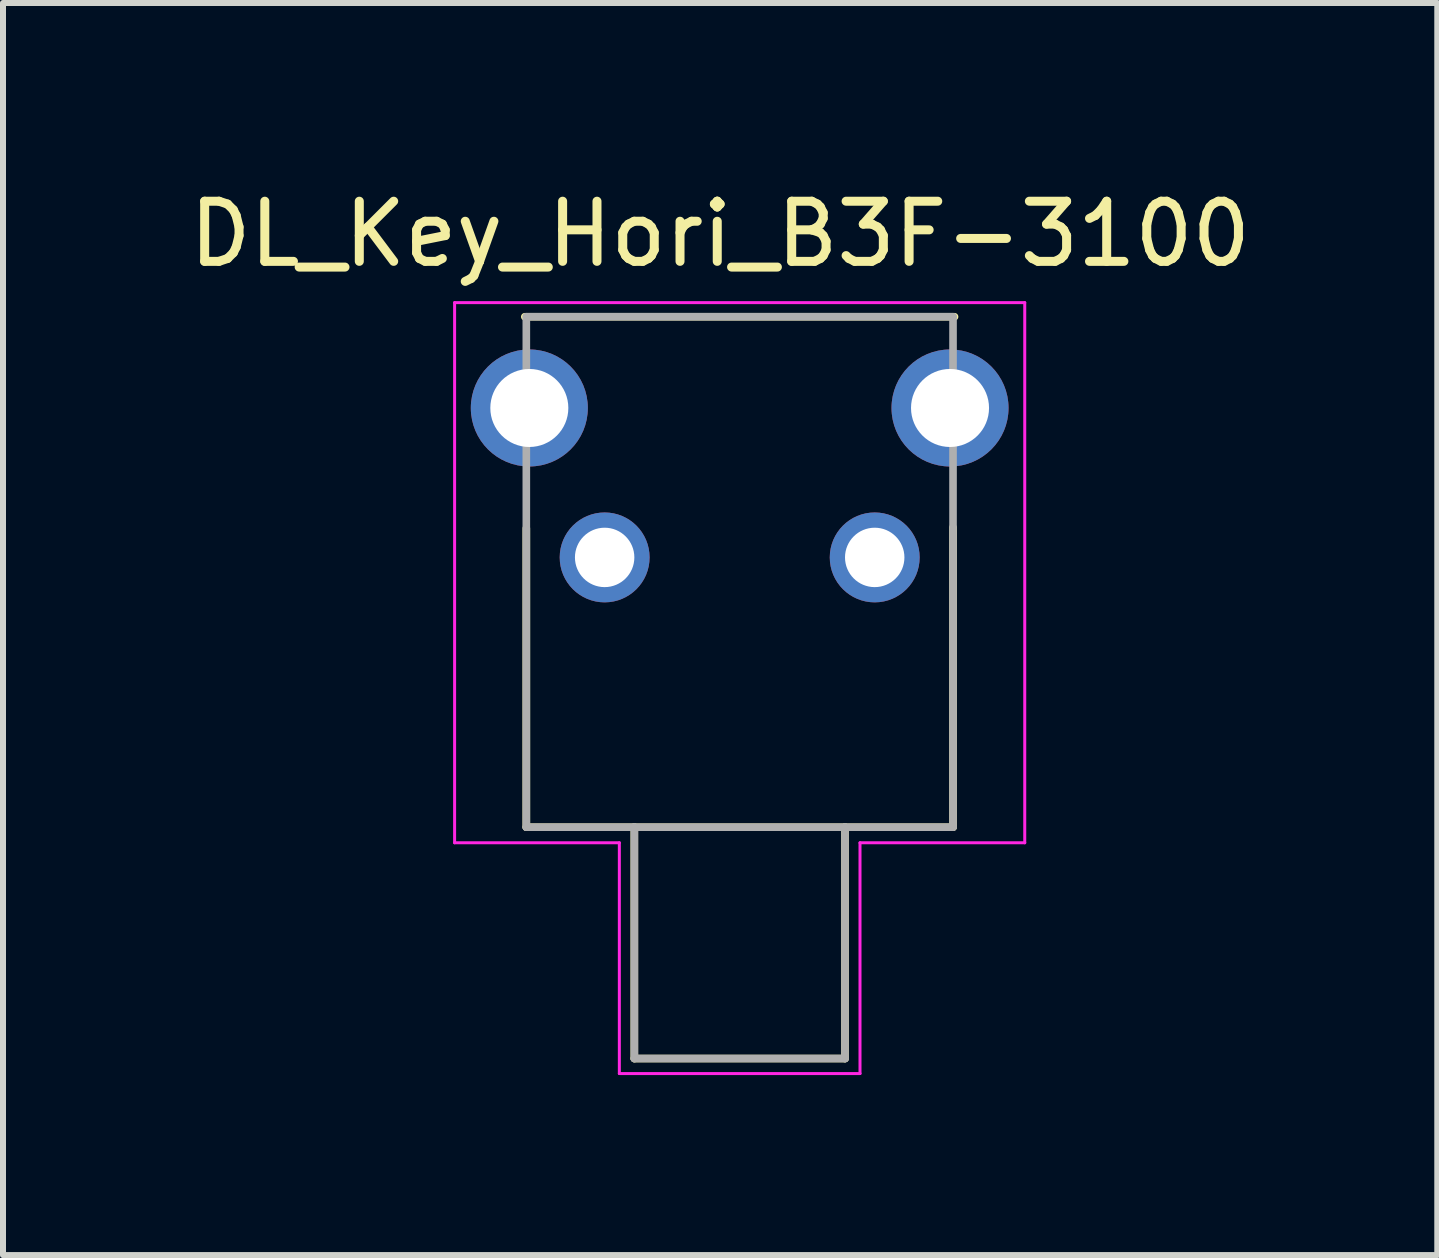
<source format=kicad_pcb>
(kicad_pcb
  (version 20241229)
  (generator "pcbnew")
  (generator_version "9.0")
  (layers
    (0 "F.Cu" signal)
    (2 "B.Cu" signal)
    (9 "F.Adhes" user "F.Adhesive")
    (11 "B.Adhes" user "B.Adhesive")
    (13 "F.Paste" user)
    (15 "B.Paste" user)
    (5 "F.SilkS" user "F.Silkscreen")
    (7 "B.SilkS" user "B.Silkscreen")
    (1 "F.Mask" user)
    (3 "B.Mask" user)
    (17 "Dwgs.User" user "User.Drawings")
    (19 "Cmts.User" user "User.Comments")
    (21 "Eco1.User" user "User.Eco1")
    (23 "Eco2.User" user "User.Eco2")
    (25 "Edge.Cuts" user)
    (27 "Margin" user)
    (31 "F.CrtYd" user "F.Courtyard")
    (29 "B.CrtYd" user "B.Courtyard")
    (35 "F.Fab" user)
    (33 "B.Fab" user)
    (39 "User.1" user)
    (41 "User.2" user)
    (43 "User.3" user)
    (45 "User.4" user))
  (footprint "DL_Key_Hori_B3F-3100"
    (layer "F.Cu")
    (at 9.275 6.238)
    (property "Reference" "DL_Key_Hori_B3F-3100" (at -0.326 -5.389 0) (layer "F.SilkS") (effects (font (size 1.002 1.002) (thickness 0.15))))
    (attr through_hole)
    (fp_line (start -3.58 -4.01) (end 3.58 -4.01) (stroke (width 0.127) (type solid)) (layer "F.SilkS"))
    (fp_line (start -3.555 4.495) (end -3.555 -0.485) (stroke (width 0.127) (type solid)) (layer "F.SilkS"))
    (fp_line (start -1.755 4.495) (end -3.555 4.495) (stroke (width 0.127) (type solid)) (layer "F.SilkS"))
    (fp_line (start -1.755 4.495) (end -1.755 8.35) (stroke (width 0.127) (type solid)) (layer "F.SilkS"))
    (fp_line (start -1.755 8.35) (end 1.755 8.35) (stroke (width 0.127) (type solid)) (layer "F.SilkS"))
    (fp_line (start 1.755 4.495) (end -1.755 4.495) (stroke (width 0.127) (type solid)) (layer "F.SilkS"))
    (fp_line (start 1.755 8.35) (end 1.755 4.495) (stroke (width 0.127) (type solid)) (layer "F.SilkS"))
    (fp_line (start 3.555 -0.5) (end 3.555 4.495) (stroke (width 0.127) (type solid)) (layer "F.SilkS"))
    (fp_line (start 3.555 4.495) (end 1.755 4.495) (stroke (width 0.127) (type solid)) (layer "F.SilkS"))
    (fp_line (start -4.75 -4.245) (end 4.75 -4.245) (stroke (width 0.05) (type solid)) (layer "F.CrtYd"))
    (fp_line (start -4.75 4.755) (end -4.75 -4.245) (stroke (width 0.05) (type solid)) (layer "F.CrtYd"))
    (fp_line (start -2.005 4.755) (end -4.75 4.755) (stroke (width 0.05) (type solid)) (layer "F.CrtYd"))
    (fp_line (start -2.005 8.6) (end -2.005 4.755) (stroke (width 0.05) (type solid)) (layer "F.CrtYd"))
    (fp_line (start 2.005 4.755) (end 2.005 8.6) (stroke (width 0.05) (type solid)) (layer "F.CrtYd"))
    (fp_line (start 2.005 8.6) (end -2.005 8.6) (stroke (width 0.05) (type solid)) (layer "F.CrtYd"))
    (fp_line (start 4.75 -4.245) (end 4.75 4.755) (stroke (width 0.05) (type solid)) (layer "F.CrtYd"))
    (fp_line (start 4.75 4.755) (end 2.005 4.755) (stroke (width 0.05) (type solid)) (layer "F.CrtYd"))
    (fp_line (start -3.555 -4.01) (end 3.555 -4.01) (stroke (width 0.127) (type solid)) (layer "F.Fab"))
    (fp_line (start -3.555 4.495) (end -3.555 -4.01) (stroke (width 0.127) (type solid)) (layer "F.Fab"))
    (fp_line (start -1.755 4.495) (end -3.555 4.495) (stroke (width 0.127) (type solid)) (layer "F.Fab"))
    (fp_line (start -1.755 4.495) (end -1.755 8.35) (stroke (width 0.127) (type solid)) (layer "F.Fab"))
    (fp_line (start -1.755 8.35) (end 1.755 8.35) (stroke (width 0.127) (type solid)) (layer "F.Fab"))
    (fp_line (start 1.755 4.495) (end -1.755 4.495) (stroke (width 0.127) (type solid)) (layer "F.Fab"))
    (fp_line (start 1.755 8.35) (end 1.755 4.495) (stroke (width 0.127) (type solid)) (layer "F.Fab"))
    (fp_line (start 3.555 -4.01) (end 3.555 4.495) (stroke (width 0.127) (type solid)) (layer "F.Fab"))
    (fp_line (start 3.555 4.495) (end 1.755 4.495) (stroke (width 0.127) (type solid)) (layer "F.Fab"))
    (pad "1" thru_hole circle (at -2.25 0) (size 1.498 1.498) (drill 0.99) (layers "*.Cu" "*.Mask"))
    (pad "2" thru_hole circle (at 2.25 0) (size 1.498 1.498) (drill 0.99) (layers "*.Cu" "*.Mask"))
    (pad "S1" thru_hole circle (at -3.505 -2.49) (size 1.95 1.95) (drill 1.3) (layers "*.Cu" "*.Mask"))
    (pad "S2" thru_hole circle (at 3.505 -2.49) (size 1.95 1.95) (drill 1.3) (layers "*.Cu" "*.Mask")))
  (gr_rect
    (start -3 -3)
    (end 20.899 17.863)
    (stroke (width 0.1) (type default))
    (fill no)
    (layer "Edge.Cuts")))
</source>
